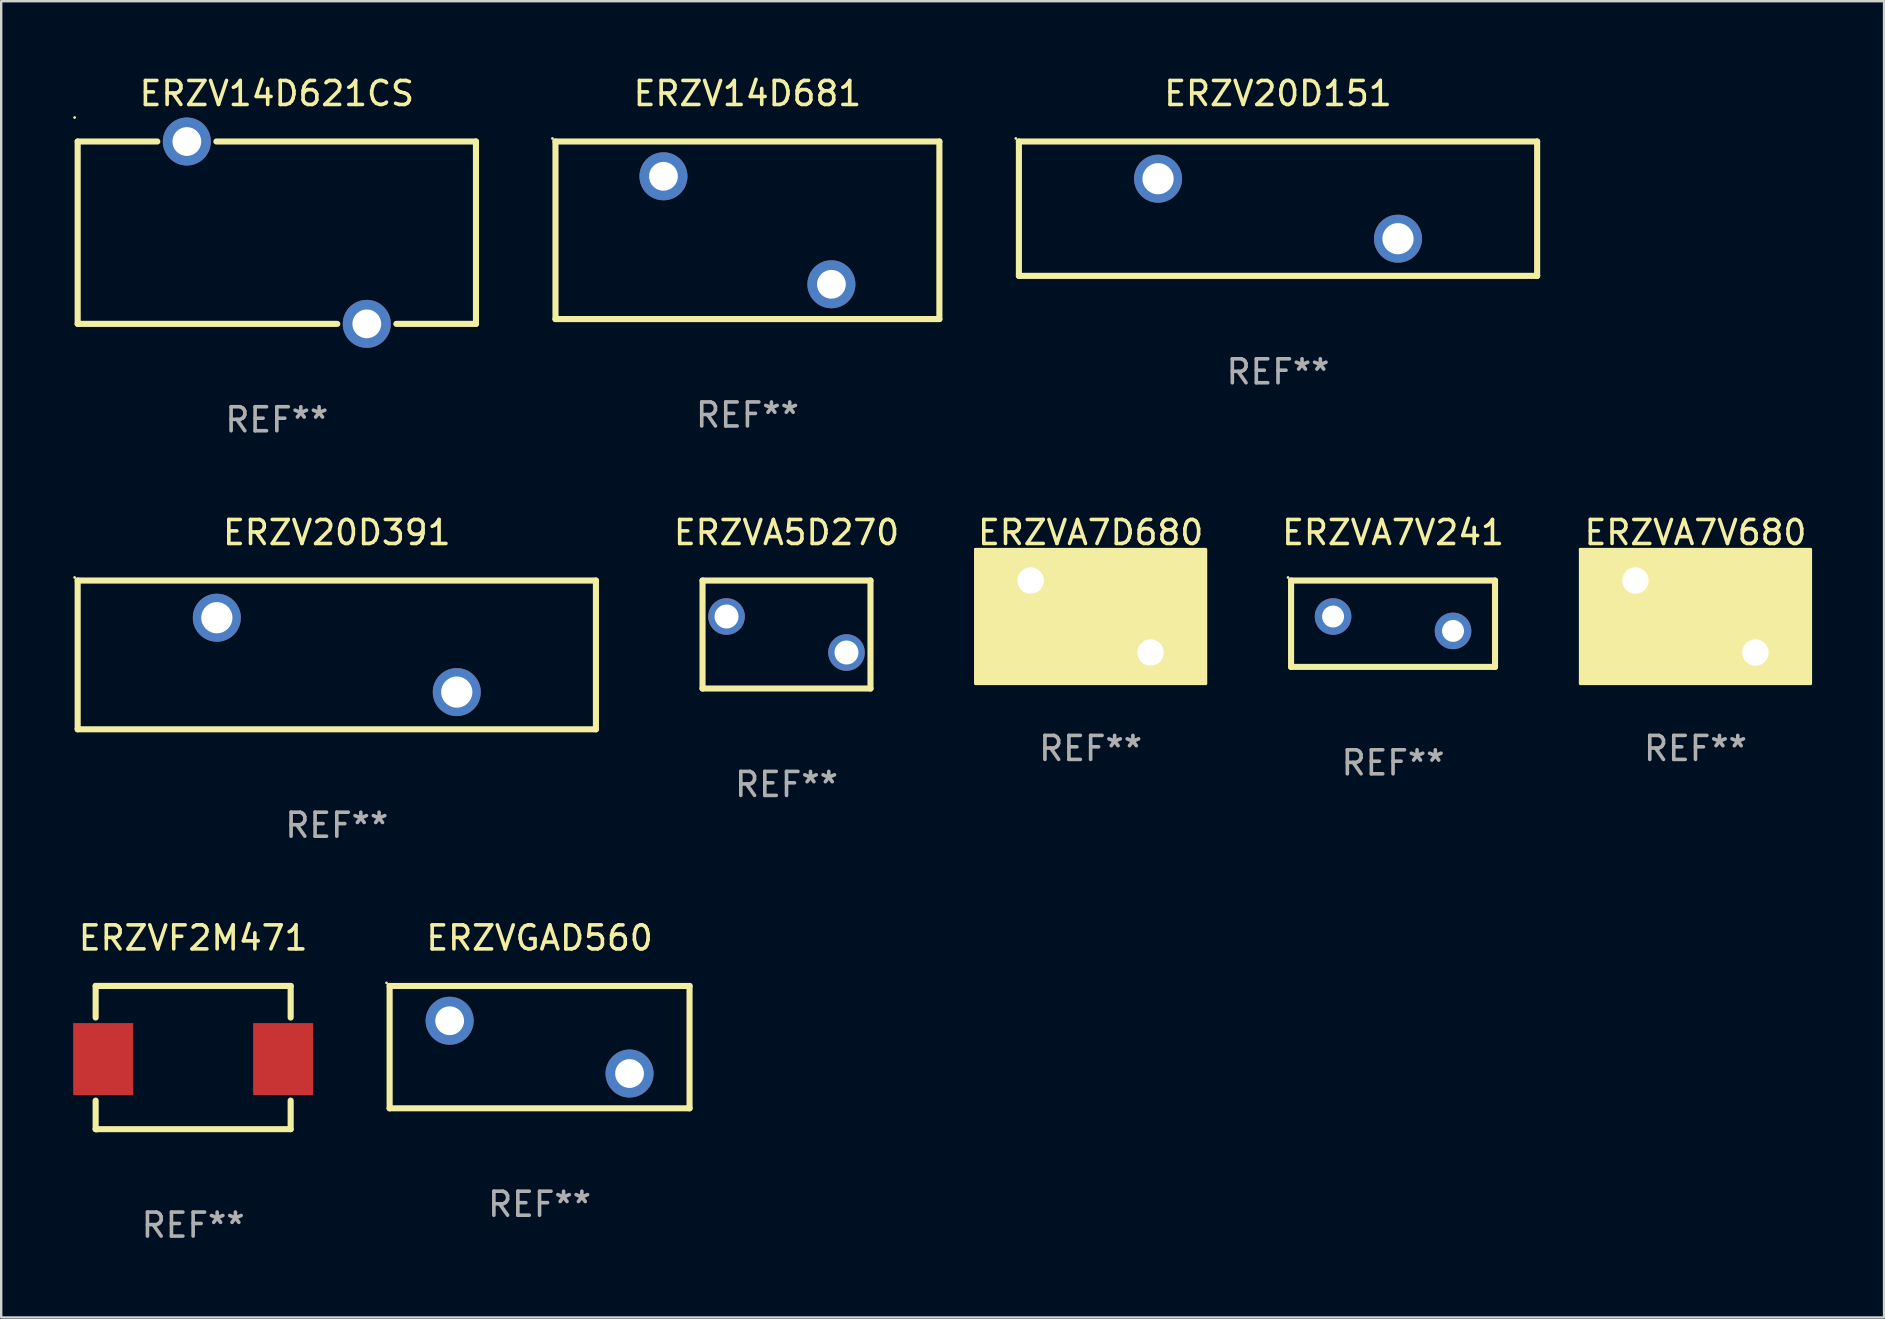
<source format=kicad_pcb>
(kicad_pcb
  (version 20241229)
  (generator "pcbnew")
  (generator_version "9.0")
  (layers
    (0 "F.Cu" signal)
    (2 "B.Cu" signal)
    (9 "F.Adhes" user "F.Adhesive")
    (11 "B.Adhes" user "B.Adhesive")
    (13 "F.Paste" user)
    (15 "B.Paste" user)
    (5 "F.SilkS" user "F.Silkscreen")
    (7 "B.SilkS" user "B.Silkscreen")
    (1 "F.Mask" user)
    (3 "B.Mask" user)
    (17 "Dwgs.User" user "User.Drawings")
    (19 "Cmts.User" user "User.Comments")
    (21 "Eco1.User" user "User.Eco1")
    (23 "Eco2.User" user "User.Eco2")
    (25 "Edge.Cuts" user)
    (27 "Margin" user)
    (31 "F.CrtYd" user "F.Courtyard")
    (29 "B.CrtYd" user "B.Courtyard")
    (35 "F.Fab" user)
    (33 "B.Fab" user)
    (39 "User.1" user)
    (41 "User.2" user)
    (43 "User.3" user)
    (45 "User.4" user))
  (footprint "ERZVF2M471"
    (layer "F.Cu")
    (at 5 41.026)
    (property "Reference" "ERZVF2M471" (at 0 -4.985 0) (layer "F.SilkS") (effects (font (size 1 1) (thickness 0.15))))
    (attr through_hole)
    (fp_line (start -4.064 -2.985) (end -4.064 -1.668) (stroke (width 0.254) (type solid)) (layer "F.SilkS"))
    (fp_line (start -4.064 1.795) (end -4.064 2.985) (stroke (width 0.254) (type solid)) (layer "F.SilkS"))
    (fp_line (start -4.064 2.985) (end 4.064 2.985) (stroke (width 0.254) (type solid)) (layer "F.SilkS"))
    (fp_line (start 4.064 -2.985) (end -4.064 -2.985) (stroke (width 0.254) (type solid)) (layer "F.SilkS"))
    (fp_line (start 4.064 -1.668) (end 4.064 -2.985) (stroke (width 0.254) (type solid)) (layer "F.SilkS"))
    (fp_line (start 4.064 2.985) (end 4.064 1.795) (stroke (width 0.254) (type solid)) (layer "F.SilkS"))
    (fp_circle (center -4 3.063) (end -3.97 3.063) (stroke (width 0.06) (type solid)) (fill no) (layer "F.SilkS"))
    (fp_text user "REF**" (at 0 6.985 0) (layer "F.Fab") (effects (font (size 1 1) (thickness 0.15))))
    (pad "1" smd rect (at -3.75 0.064) (size 2.5 3) (layers "F.Cu" "F.Mask" "F.Paste"))
    (pad "2" smd rect (at 3.75 0.064) (size 2.5 3) (layers "F.Cu" "F.Mask" "F.Paste")))
  (footprint "ERZVA5D270"
    (layer "F.Cu")
    (at 29.73 23.395)
    (property "Reference" "ERZVA5D270" (at 0 -4.25 0) (layer "F.SilkS") (effects (font (size 1 1) (thickness 0.15))))
    (attr through_hole)
    (fp_line (start -3.5 -2.25) (end 3.5 -2.25) (stroke (width 0.254) (type solid)) (layer "F.SilkS"))
    (fp_line (start -3.5 2.25) (end -3.5 -2.25) (stroke (width 0.254) (type solid)) (layer "F.SilkS"))
    (fp_line (start 3.5 -2.25) (end 3.5 2.25) (stroke (width 0.254) (type solid)) (layer "F.SilkS"))
    (fp_line (start 3.5 2.25) (end -3.5 2.25) (stroke (width 0.254) (type solid)) (layer "F.SilkS"))
    (fp_circle (center -3.5 -2.25) (end -3.47 -2.25) (stroke (width 0.06) (type solid)) (fill no) (layer "F.SilkS"))
    (fp_text user "REF**" (at 0 6.25 0) (layer "F.Fab") (effects (font (size 1 1) (thickness 0.15))))
    (pad "1" thru_hole circle (at -2.5 -0.75) (size 1.524 1.524) (drill 1) (layers "*.Cu" "*.Mask"))
    (pad "2" thru_hole circle (at 2.5 0.75) (size 1.524 1.524) (drill 1) (layers "*.Cu" "*.Mask")))
  (footprint "ERZVGAD560"
    (layer "F.Cu")
    (at 19.438 40.592)
    (property "Reference" "ERZVGAD560" (at 0 -4.55 0) (layer "F.SilkS") (effects (font (size 1 1) (thickness 0.15))))
    (attr through_hole)
    (fp_line (start -6.249 -2.55) (end 6.251 -2.55) (stroke (width 0.254) (type solid)) (layer "F.SilkS"))
    (fp_line (start -6.249 2.55) (end -6.249 -2.55) (stroke (width 0.254) (type solid)) (layer "F.SilkS"))
    (fp_line (start 6.251 -2.55) (end 6.251 2.55) (stroke (width 0.254) (type solid)) (layer "F.SilkS"))
    (fp_line (start 6.251 2.55) (end -6.251 2.55) (stroke (width 0.254) (type solid)) (layer "F.SilkS"))
    (fp_circle (center -6.378 -2.677) (end -6.348 -2.677) (stroke (width 0.06) (type solid)) (fill no) (layer "F.SilkS"))
    (fp_text user "REF**" (at 0 6.55 0) (layer "F.Fab") (effects (font (size 1 1) (thickness 0.15))))
    (pad "1" thru_hole circle (at -3.748 -1.1) (size 2 2) (drill 1.2) (layers "*.Cu" "*.Mask"))
    (pad "2" thru_hole circle (at 3.75 1.1) (size 2 2) (drill 1.2) (layers "*.Cu" "*.Mask")))
  (footprint "ERZV14D621CS"
    (layer "F.Cu")
    (at 8.487 6.648)
    (property "Reference" "ERZV14D621CS" (at 0 -5.8 0) (layer "F.SilkS") (effects (font (size 1 1) (thickness 0.15))))
    (attr through_hole)
    (fp_line (start -8.3 -3.8) (end -8.3 3.8) (stroke (width 0.254) (type solid)) (layer "F.SilkS"))
    (fp_line (start -8.3 -3.8) (end -4.981 -3.8) (stroke (width 0.254) (type solid)) (layer "F.SilkS"))
    (fp_line (start -8.3 3.8) (end 2.519 3.8) (stroke (width 0.254) (type solid)) (layer "F.SilkS"))
    (fp_line (start -2.519 -3.8) (end 8.3 -3.8) (stroke (width 0.254) (type solid)) (layer "F.SilkS"))
    (fp_line (start 4.981 3.8) (end 8.3 3.8) (stroke (width 0.254) (type solid)) (layer "F.SilkS"))
    (fp_line (start 8.3 -3.8) (end 8.3 3.8) (stroke (width 0.254) (type solid)) (layer "F.SilkS"))
    (fp_circle (center -8.427 -4.8) (end -8.397 -4.8) (stroke (width 0.06) (type solid)) (fill no) (layer "F.SilkS"))
    (fp_text user "REF**" (at 0 7.8 0) (layer "F.Fab") (effects (font (size 1 1) (thickness 0.15))))
    (pad "1" thru_hole circle (at -3.75 -3.8) (size 2 2) (drill 1.2) (layers "*.Cu" "*.Mask"))
    (pad "2" thru_hole circle (at 3.75 3.8) (size 2 2) (drill 1.2) (layers "*.Cu" "*.Mask")))
  (footprint "ERZVA7V241"
    (layer "F.Cu")
    (at 55.009 22.945)
    (property "Reference" "ERZVA7V241" (at 0 -3.8 0) (layer "F.SilkS") (effects (font (size 1 1) (thickness 0.15))))
    (attr through_hole)
    (fp_line (start -4.25 -1.8) (end -4.25 1.8) (stroke (width 0.254) (type solid)) (layer "F.SilkS"))
    (fp_line (start -4.25 -1.8) (end 4.25 -1.8) (stroke (width 0.254) (type solid)) (layer "F.SilkS"))
    (fp_line (start 4.25 1.8) (end -4.25 1.8) (stroke (width 0.254) (type solid)) (layer "F.SilkS"))
    (fp_line (start 4.25 1.8) (end 4.25 -1.8) (stroke (width 0.254) (type solid)) (layer "F.SilkS"))
    (fp_circle (center -4.377 -1.927) (end -4.347 -1.927) (stroke (width 0.06) (type solid)) (fill no) (layer "F.SilkS"))
    (fp_text user "REF**" (at 0 5.8 0) (layer "F.Fab") (effects (font (size 1 1) (thickness 0.15))))
    (pad "1" thru_hole circle (at -2.5 -0.3) (size 1.524 1.524) (drill 0.914) (layers "*.Cu" "*.Mask"))
    (pad "2" thru_hole circle (at 2.5 0.3) (size 1.524 1.524) (drill 0.914) (layers "*.Cu" "*.Mask")))
  (footprint "ERZVA7V680"
    (layer "F.Cu")
    (at 67.613 22.645)
    (property "Reference" "ERZVA7V680" (at 0 -3.5 0) (layer "F.SilkS") (effects (font (size 1 1) (thickness 0.15))))
    (attr through_hole)
    (fp_circle (center -4.8 -2.8) (end -4.77 -2.8) (stroke (width 0.06) (type solid)) (fill no) (layer "F.SilkS"))
    (fp_poly (pts (xy -4.8 -2.8) (xy 4.8 -2.8) (xy 4.8 2.8) (xy -4.8 2.8)) (stroke (width 0.12) (type solid)) (fill yes) (layer "F.SilkS"))
    (fp_text user "REF**" (at 0 5.5 0) (layer "F.Fab") (effects (font (size 1 1) (thickness 0.15))))
    (pad "1" thru_hole circle (at -2.5 -1.5) (size 1.8 1.8) (drill 1.1) (layers "*.Cu" "*.Mask"))
    (pad "2" thru_hole circle (at 2.5 1.5) (size 1.8 1.8) (drill 1.1) (layers "*.Cu" "*.Mask")))
  (footprint "ERZV20D391"
    (layer "F.Cu")
    (at 10.987 24.245)
    (property "Reference" "ERZV20D391" (at 0 -5.1 0) (layer "F.SilkS") (effects (font (size 1 1) (thickness 0.15))))
    (attr through_hole)
    (fp_line (start -10.8 -3.1) (end 10.8 -3.1) (stroke (width 0.254) (type solid)) (layer "F.SilkS"))
    (fp_line (start -10.8 3.1) (end -10.8 -3.1) (stroke (width 0.254) (type solid)) (layer "F.SilkS"))
    (fp_line (start 10.8 -3.1) (end 10.8 3.1) (stroke (width 0.254) (type solid)) (layer "F.SilkS"))
    (fp_line (start 10.8 3.1) (end -10.8 3.1) (stroke (width 0.254) (type solid)) (layer "F.SilkS"))
    (fp_circle (center -10.927 -3.227) (end -10.897 -3.227) (stroke (width 0.06) (type solid)) (fill no) (layer "F.SilkS"))
    (fp_text user "REF**" (at 0 7.1 0) (layer "F.Fab") (effects (font (size 1 1) (thickness 0.15))))
    (pad "1" thru_hole circle (at -5 -1.55) (size 2 2) (drill 1.3) (layers "*.Cu" "*.Mask"))
    (pad "2" thru_hole circle (at 5 1.55) (size 2 2) (drill 1.3) (layers "*.Cu" "*.Mask")))
  (footprint "ERZV20D151"
    (layer "F.Cu")
    (at 50.215 5.648)
    (property "Reference" "ERZV20D151" (at 0 -4.8 0) (layer "F.SilkS") (effects (font (size 1 1) (thickness 0.15))))
    (attr through_hole)
    (fp_line (start -10.8 -2.8) (end 10.8 -2.8) (stroke (width 0.254) (type solid)) (layer "F.SilkS"))
    (fp_line (start -10.8 2.8) (end -10.8 -2.8) (stroke (width 0.254) (type solid)) (layer "F.SilkS"))
    (fp_line (start 10.8 -2.8) (end 10.8 2.8) (stroke (width 0.254) (type solid)) (layer "F.SilkS"))
    (fp_line (start 10.8 2.8) (end -10.8 2.8) (stroke (width 0.254) (type solid)) (layer "F.SilkS"))
    (fp_circle (center -10.927 -2.927) (end -10.897 -2.927) (stroke (width 0.06) (type solid)) (fill no) (layer "F.SilkS"))
    (fp_text user "REF**" (at 0 6.8 0) (layer "F.Fab") (effects (font (size 1 1) (thickness 0.15))))
    (pad "1" thru_hole circle (at -5 -1.25) (size 2 2) (drill 1.3) (layers "*.Cu" "*.Mask"))
    (pad "2" thru_hole circle (at 5 1.25) (size 2 2) (drill 1.3) (layers "*.Cu" "*.Mask")))
  (footprint "ERZV14D681"
    (layer "F.Cu")
    (at 28.101 6.548)
    (property "Reference" "ERZV14D681" (at 0 -5.7 0) (layer "F.SilkS") (effects (font (size 1 1) (thickness 0.15))))
    (attr through_hole)
    (fp_line (start -8 -3.7) (end -8 3.7) (stroke (width 0.254) (type solid)) (layer "F.SilkS"))
    (fp_line (start -8 -3.7) (end 8 -3.7) (stroke (width 0.254) (type solid)) (layer "F.SilkS"))
    (fp_line (start 8 -3.7) (end 8 3.7) (stroke (width 0.254) (type solid)) (layer "F.SilkS"))
    (fp_line (start 8 3.7) (end -8 3.7) (stroke (width 0.254) (type solid)) (layer "F.SilkS"))
    (fp_circle (center -8.127 -3.827) (end -8.097 -3.827) (stroke (width 0.06) (type solid)) (fill no) (layer "F.SilkS"))
    (fp_text user "REF**" (at 0 7.7 0) (layer "F.Fab") (effects (font (size 1 1) (thickness 0.15))))
    (pad "1" thru_hole circle (at -3.5 -2.25) (size 2 2) (drill 1.2) (layers "*.Cu" "*.Mask"))
    (pad "2" thru_hole circle (at 3.5 2.25) (size 2 2) (drill 1.2) (layers "*.Cu" "*.Mask")))
  (footprint "ERZVA7D680"
    (layer "F.Cu")
    (at 42.405 22.645)
    (property "Reference" "ERZVA7D680" (at 0 -3.5 0) (layer "F.SilkS") (effects (font (size 1 1) (thickness 0.15))))
    (attr through_hole)
    (fp_circle (center -4.8 -2.8) (end -4.77 -2.8) (stroke (width 0.06) (type solid)) (fill no) (layer "F.SilkS"))
    (fp_poly (pts (xy -4.8 -2.8) (xy 4.8 -2.8) (xy 4.8 2.8) (xy -4.8 2.8)) (stroke (width 0.12) (type solid)) (fill yes) (layer "F.SilkS"))
    (fp_text user "REF**" (at 0 5.5 0) (layer "F.Fab") (effects (font (size 1 1) (thickness 0.15))))
    (pad "1" thru_hole circle (at -2.5 -1.5) (size 1.8 1.8) (drill 1.1) (layers "*.Cu" "*.Mask"))
    (pad "2" thru_hole circle (at 2.5 1.5) (size 1.8 1.8) (drill 1.1) (layers "*.Cu" "*.Mask")))
  (gr_rect
    (start -3 -3)
    (end 75.473 51.859)
    (stroke (width 0.1) (type default))
    (fill no)
    (layer "Edge.Cuts")))
</source>
